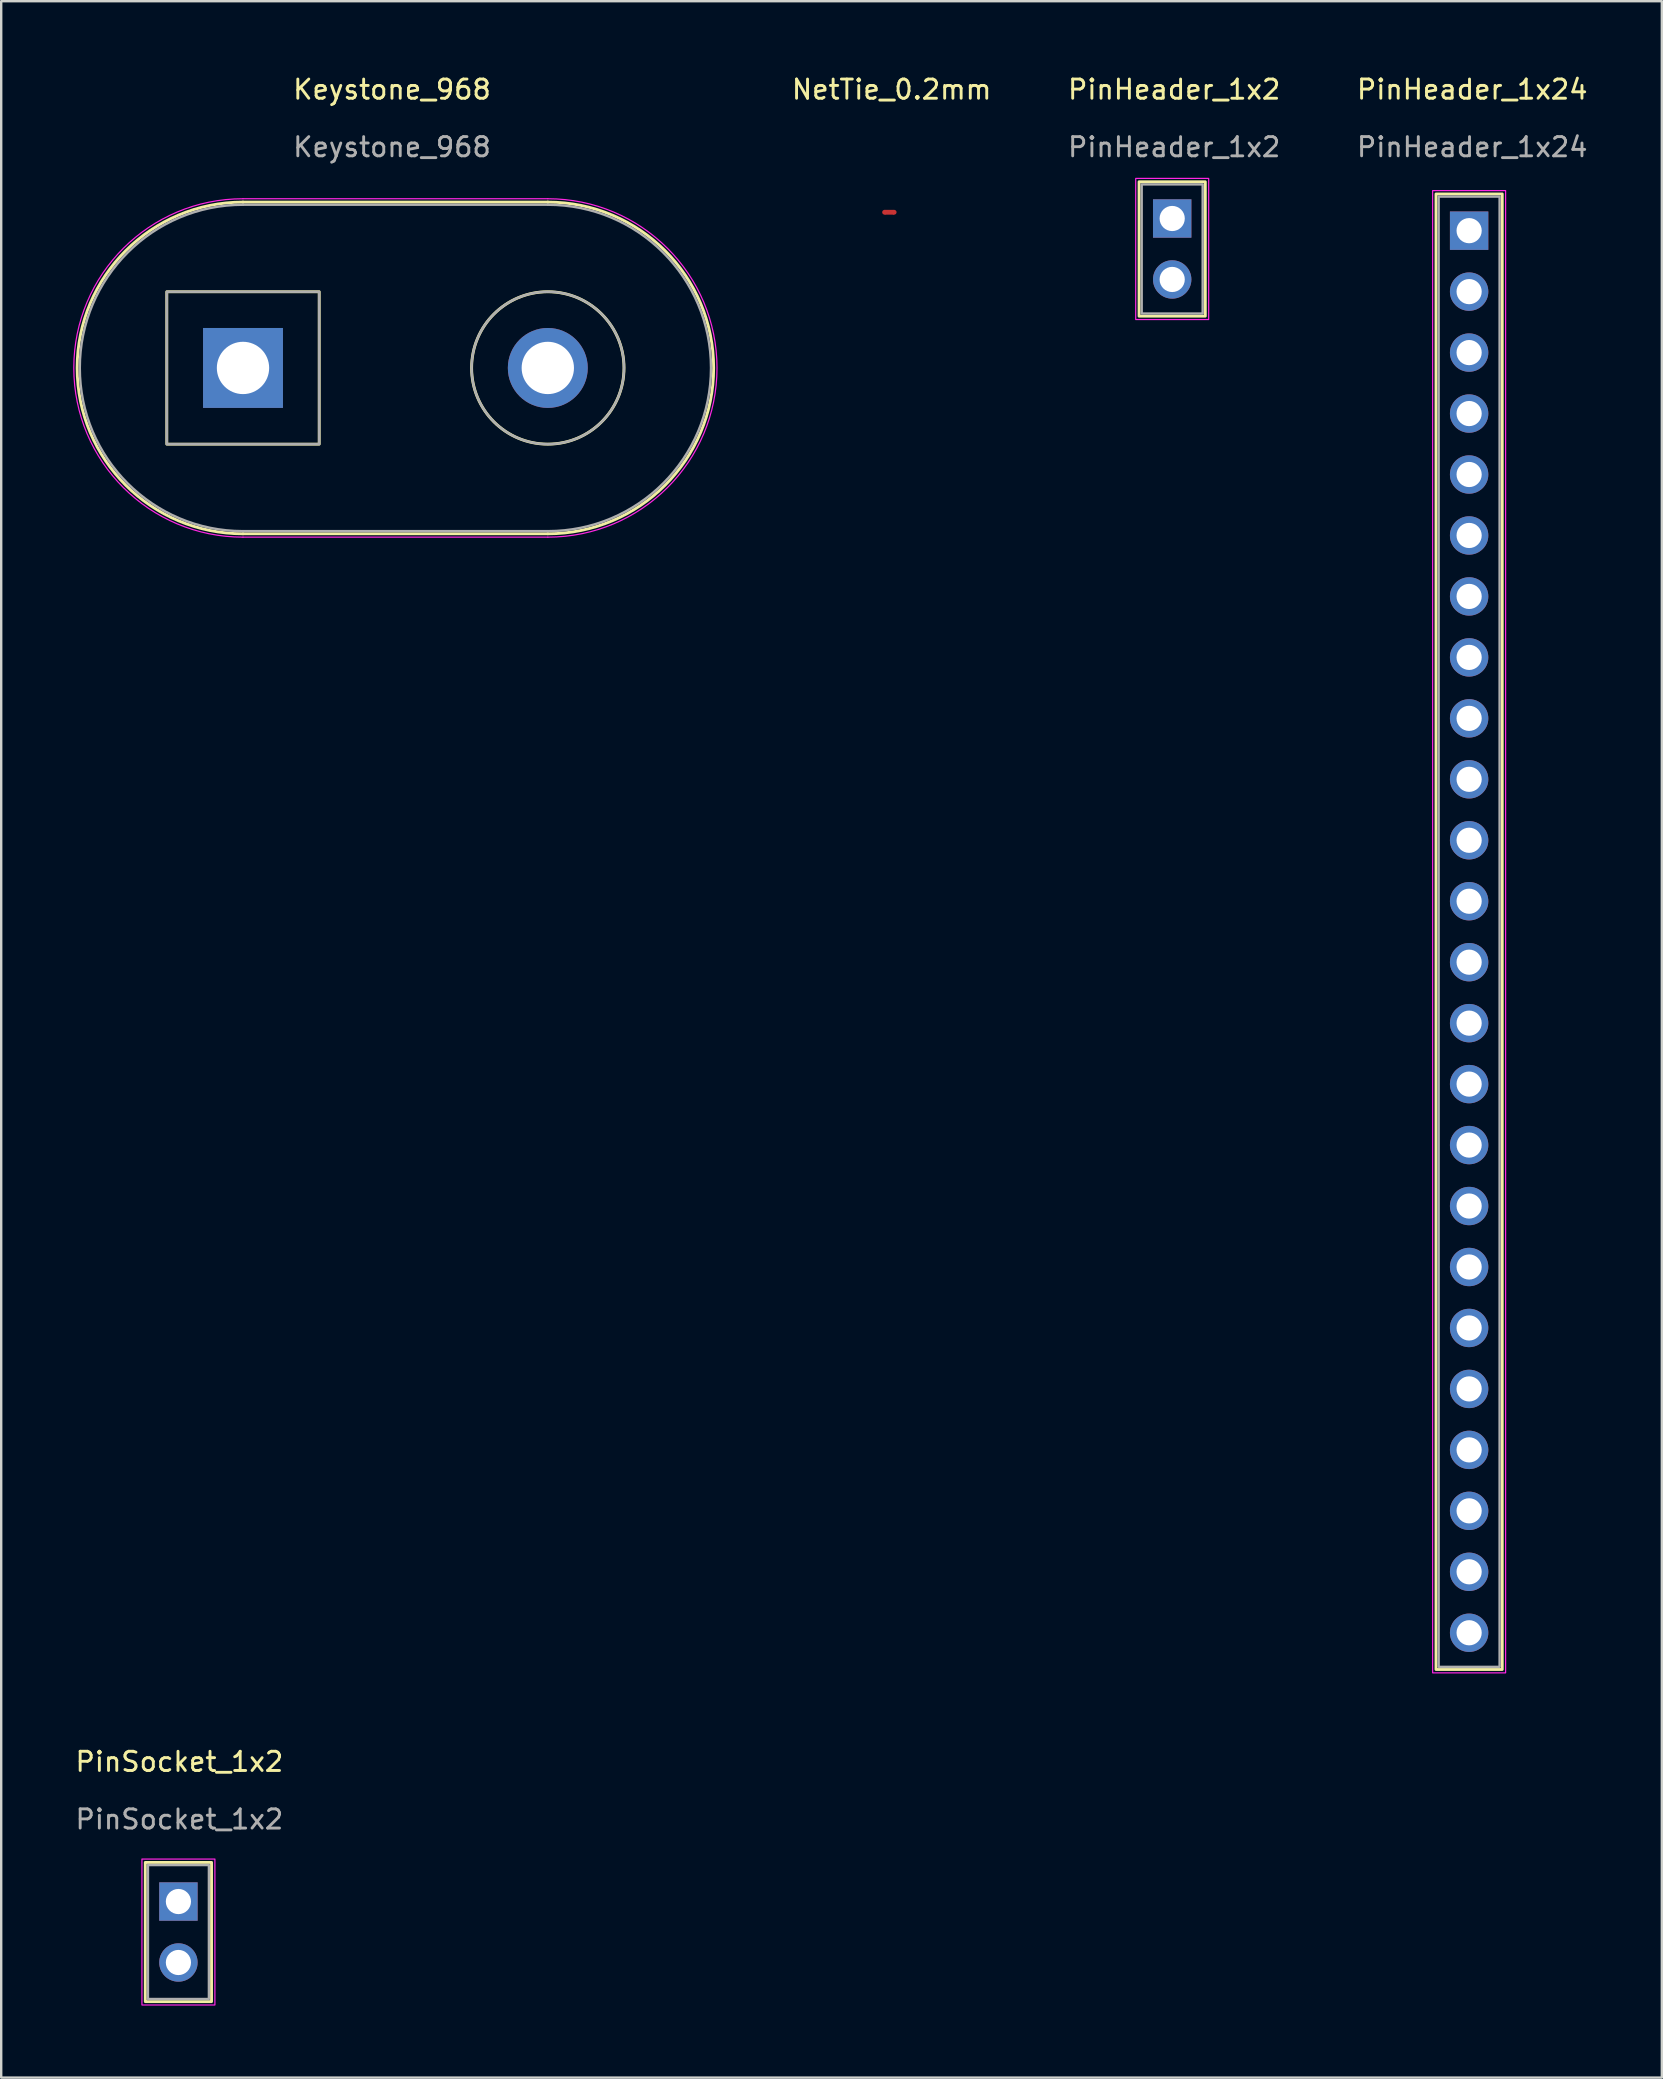
<source format=kicad_pcb>
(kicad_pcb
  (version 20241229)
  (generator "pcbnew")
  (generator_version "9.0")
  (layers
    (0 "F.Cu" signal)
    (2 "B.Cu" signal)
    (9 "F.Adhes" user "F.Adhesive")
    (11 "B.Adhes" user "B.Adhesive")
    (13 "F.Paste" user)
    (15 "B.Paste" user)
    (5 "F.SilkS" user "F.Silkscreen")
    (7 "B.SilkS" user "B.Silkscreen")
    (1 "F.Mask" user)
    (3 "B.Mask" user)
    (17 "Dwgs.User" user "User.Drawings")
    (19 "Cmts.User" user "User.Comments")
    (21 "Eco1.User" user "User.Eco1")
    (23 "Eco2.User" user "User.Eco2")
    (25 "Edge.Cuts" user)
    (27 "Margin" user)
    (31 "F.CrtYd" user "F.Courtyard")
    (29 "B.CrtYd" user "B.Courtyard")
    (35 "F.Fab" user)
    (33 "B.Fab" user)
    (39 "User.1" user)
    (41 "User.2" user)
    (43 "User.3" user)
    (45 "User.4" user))
  (footprint "PinHeader_1x2"
    (layer "F.Cu")
    (at 45.791 7.324)
    (property "Reference" "PinHeader_1x2" (at 0.083 -6.645 0) (unlocked yes) (layer "F.SilkS") (effects (font (size 0.8 0.8) (thickness 0.12))))
    (attr through_hole)
    (fp_rect (start -1.38 -2.8) (end 1.38 2.8) (stroke (width 0.12) (type default)) (fill no) (layer "F.SilkS"))
    (fp_rect (start -1.52 -2.94) (end 1.52 2.94) (stroke (width 0.05) (type default)) (fill no) (layer "F.CrtYd"))
    (fp_rect (start -1.27 -2.69) (end 1.27 2.69) (stroke (width 0.1) (type default)) (fill no) (layer "F.Fab"))
    (fp_text user "${REFERENCE}" (at 0.083 -4.245 0) (unlocked yes) (layer "F.Fab") (effects (font (size 0.8 0.8) (thickness 0.12))))
    (pad "1" thru_hole rect (at 0 -1.27) (size 1.6 1.6) (drill 1.05) (layers "*.Cu" "*.Mask"))
    (pad "2" thru_hole circle (at 0 1.27) (size 1.6 1.6) (drill 1.05) (layers "*.Cu" "*.Mask")))
  (footprint "Keystone_968"
    (layer "F.Cu")
    (at 13.425 12.281)
    (property "Reference" "Keystone_968" (at -0.142 -11.602 0) (unlocked yes) (layer "F.SilkS") (effects (font (size 0.8 0.8) (thickness 0.12))))
    (attr through_hole)
    (fp_line (start -6.35 6.91) (end 6.35 6.91) (stroke (width 0.12) (type default)) (layer "F.SilkS"))
    (fp_line (start 6.35 -6.91) (end -6.35 -6.91) (stroke (width 0.12) (type default)) (layer "F.SilkS"))
    (fp_rect (start -9.525 -3.175) (end -3.175 3.175) (stroke (width 0.12) (type default)) (fill no) (layer "F.SilkS"))
    (fp_arc (start -6.35 6.91) (mid -13.26 0) (end -6.35 -6.91) (stroke (width 0.12) (type default)) (layer "F.SilkS"))
    (fp_arc (start 6.35 -6.91) (mid 13.26 0) (end 6.35 6.91) (stroke (width 0.12) (type default)) (layer "F.SilkS"))
    (fp_circle (center 6.35 0) (end 9.525 0) (stroke (width 0.12) (type default)) (fill no) (layer "F.SilkS"))
    (fp_line (start -6.35 7.05) (end 6.35 7.05) (stroke (width 0.05) (type default)) (layer "F.CrtYd"))
    (fp_line (start 6.35 -7.05) (end -6.35 -7.05) (stroke (width 0.05) (type default)) (layer "F.CrtYd"))
    (fp_arc (start -6.35 7.05) (mid -13.4 0) (end -6.35 -7.05) (stroke (width 0.05) (type default)) (layer "F.CrtYd"))
    (fp_arc (start 6.35 -7.05) (mid 13.4 0) (end 6.35 7.05) (stroke (width 0.05) (type default)) (layer "F.CrtYd"))
    (fp_line (start -6.35 6.8) (end 6.35 6.8) (stroke (width 0.1) (type default)) (layer "F.Fab"))
    (fp_line (start 6.35 -6.8) (end -6.35 -6.8) (stroke (width 0.1) (type default)) (layer "F.Fab"))
    (fp_rect (start -9.525 -3.175) (end -3.175 3.175) (stroke (width 0.1) (type default)) (fill no) (layer "F.Fab"))
    (fp_arc (start -6.35 6.8) (mid -13.15 0) (end -6.35 -6.8) (stroke (width 0.1) (type default)) (layer "F.Fab"))
    (fp_arc (start 6.35 -6.8) (mid 13.15 0) (end 6.35 6.8) (stroke (width 0.1) (type default)) (layer "F.Fab"))
    (fp_circle (center 6.35 0) (end 9.525 0) (stroke (width 0.1) (type default)) (fill no) (layer "F.Fab"))
    (fp_text user "${REFERENCE}" (at -0.142 -9.203 0) (unlocked yes) (layer "F.Fab") (effects (font (size 0.8 0.8) (thickness 0.12))))
    (pad "1" thru_hole rect (at -6.35 0) (size 3.33 3.33) (drill 2.18) (layers "*.Cu" "*.Mask"))
    (pad "2" thru_hole circle (at 6.35 0) (size 3.33 3.33) (drill 2.18) (layers "*.Cu" "*.Mask")))
  (footprint "NetTie_0.2mm"
    (layer "F.Cu")
    (at 34.007 5.794)
    (property "Reference" "NetTie_0.2mm" (at 0.095 -5.115 0) (unlocked yes) (layer "F.SilkS") (effects (font (size 0.8 0.8) (thickness 0.12))))
    (attr exclude_from_pos_files exclude_from_bom allow_missing_courtyard)
    (fp_poly (pts (xy 0.2 -0.1) (xy -0.2 -0.1) (xy -0.2 0.1) (xy 0.2 0.1)) (stroke (width 0) (type solid)) (fill yes) (layer "F.Cu"))
    (pad "1" smd circle (at -0.2 0) (size 0.2 0.2) (layers "F.Cu"))
    (pad "2" smd circle (at 0.2 0) (size 0.2 0.2) (layers "F.Cu")))
  (footprint "PinHeader_1x24"
    (layer "F.Cu")
    (at 58.163 35.771)
    (property "Reference" "PinHeader_1x24" (at 0.13 -35.093 0) (unlocked yes) (layer "F.SilkS") (effects (font (size 0.8 0.8) (thickness 0.12))))
    (attr through_hole)
    (fp_rect (start -1.38 -30.74) (end 1.38 30.74) (stroke (width 0.12) (type default)) (fill no) (layer "F.SilkS"))
    (fp_rect (start -1.52 -30.88) (end 1.52 30.88) (stroke (width 0.05) (type default)) (fill no) (layer "F.CrtYd"))
    (fp_rect (start -1.27 -30.63) (end 1.27 30.63) (stroke (width 0.1) (type default)) (fill no) (layer "F.Fab"))
    (fp_text user "${REFERENCE}" (at 0.13 -32.693 0) (unlocked yes) (layer "F.Fab") (effects (font (size 0.8 0.8) (thickness 0.12))))
    (pad "1" thru_hole rect (at 0 -29.21) (size 1.6 1.6) (drill 1.05) (layers "*.Cu" "*.Mask"))
    (pad "2" thru_hole circle (at 0 -26.67) (size 1.6 1.6) (drill 1.05) (layers "*.Cu" "*.Mask"))
    (pad "3" thru_hole circle (at 0 -24.13) (size 1.6 1.6) (drill 1.05) (layers "*.Cu" "*.Mask"))
    (pad "4" thru_hole circle (at 0 -21.59) (size 1.6 1.6) (drill 1.05) (layers "*.Cu" "*.Mask"))
    (pad "5" thru_hole circle (at 0 -19.05) (size 1.6 1.6) (drill 1.05) (layers "*.Cu" "*.Mask"))
    (pad "6" thru_hole circle (at 0 -16.51) (size 1.6 1.6) (drill 1.05) (layers "*.Cu" "*.Mask"))
    (pad "7" thru_hole circle (at 0 -13.97) (size 1.6 1.6) (drill 1.05) (layers "*.Cu" "*.Mask"))
    (pad "8" thru_hole circle (at 0 -11.43) (size 1.6 1.6) (drill 1.05) (layers "*.Cu" "*.Mask"))
    (pad "9" thru_hole circle (at 0 -8.89) (size 1.6 1.6) (drill 1.05) (layers "*.Cu" "*.Mask"))
    (pad "10" thru_hole circle (at 0 -6.35) (size 1.6 1.6) (drill 1.05) (layers "*.Cu" "*.Mask"))
    (pad "11" thru_hole circle (at 0 -3.81) (size 1.6 1.6) (drill 1.05) (layers "*.Cu" "*.Mask"))
    (pad "12" thru_hole circle (at 0 -1.27) (size 1.6 1.6) (drill 1.05) (layers "*.Cu" "*.Mask"))
    (pad "13" thru_hole circle (at 0 1.27) (size 1.6 1.6) (drill 1.05) (layers "*.Cu" "*.Mask"))
    (pad "14" thru_hole circle (at 0 3.81) (size 1.6 1.6) (drill 1.05) (layers "*.Cu" "*.Mask"))
    (pad "15" thru_hole circle (at 0 6.35) (size 1.6 1.6) (drill 1.05) (layers "*.Cu" "*.Mask"))
    (pad "16" thru_hole circle (at 0 8.89) (size 1.6 1.6) (drill 1.05) (layers "*.Cu" "*.Mask"))
    (pad "17" thru_hole circle (at 0 11.43) (size 1.6 1.6) (drill 1.05) (layers "*.Cu" "*.Mask"))
    (pad "18" thru_hole circle (at 0 13.97) (size 1.6 1.6) (drill 1.05) (layers "*.Cu" "*.Mask"))
    (pad "19" thru_hole circle (at 0 16.51) (size 1.6 1.6) (drill 1.05) (layers "*.Cu" "*.Mask"))
    (pad "20" thru_hole circle (at 0 19.05) (size 1.6 1.6) (drill 1.05) (layers "*.Cu" "*.Mask"))
    (pad "21" thru_hole circle (at 0 21.59) (size 1.6 1.6) (drill 1.05) (layers "*.Cu" "*.Mask"))
    (pad "22" thru_hole circle (at 0 24.13) (size 1.6 1.6) (drill 1.05) (layers "*.Cu" "*.Mask"))
    (pad "23" thru_hole circle (at 0 26.67) (size 1.6 1.6) (drill 1.05) (layers "*.Cu" "*.Mask"))
    (pad "24" thru_hole circle (at 0 29.21) (size 1.6 1.6) (drill 1.05) (layers "*.Cu" "*.Mask")))
  (footprint "PinSocket_1x2"
    (layer "F.Cu")
    (at 4.384 77.45)
    (property "Reference" "PinSocket_1x2" (at 0.04 -7.095 0) (unlocked yes) (layer "F.SilkS") (effects (font (size 0.8 0.8) (thickness 0.12))))
    (attr through_hole)
    (fp_rect (start -1.38 -2.9) (end 1.38 2.9) (stroke (width 0.12) (type default)) (fill no) (layer "F.SilkS"))
    (fp_rect (start -1.52 -3.04) (end 1.52 3.04) (stroke (width 0.05) (type default)) (fill no) (layer "F.CrtYd"))
    (fp_rect (start -1.27 -2.79) (end 1.27 2.79) (stroke (width 0.1) (type default)) (fill no) (layer "F.Fab"))
    (fp_text user "${REFERENCE}" (at 0.04 -4.695 0) (unlocked yes) (layer "F.Fab") (effects (font (size 0.8 0.8) (thickness 0.12))))
    (pad "1" thru_hole rect (at 0 -1.27) (size 1.6 1.6) (drill 1.05) (layers "*.Cu" "*.Mask"))
    (pad "2" thru_hole circle (at 0 1.27) (size 1.6 1.6) (drill 1.05) (layers "*.Cu" "*.Mask")))
  (gr_rect
    (start -3 -3)
    (end 66.193 83.515)
    (stroke (width 0.1) (type default))
    (fill no)
    (layer "Edge.Cuts")))
</source>
